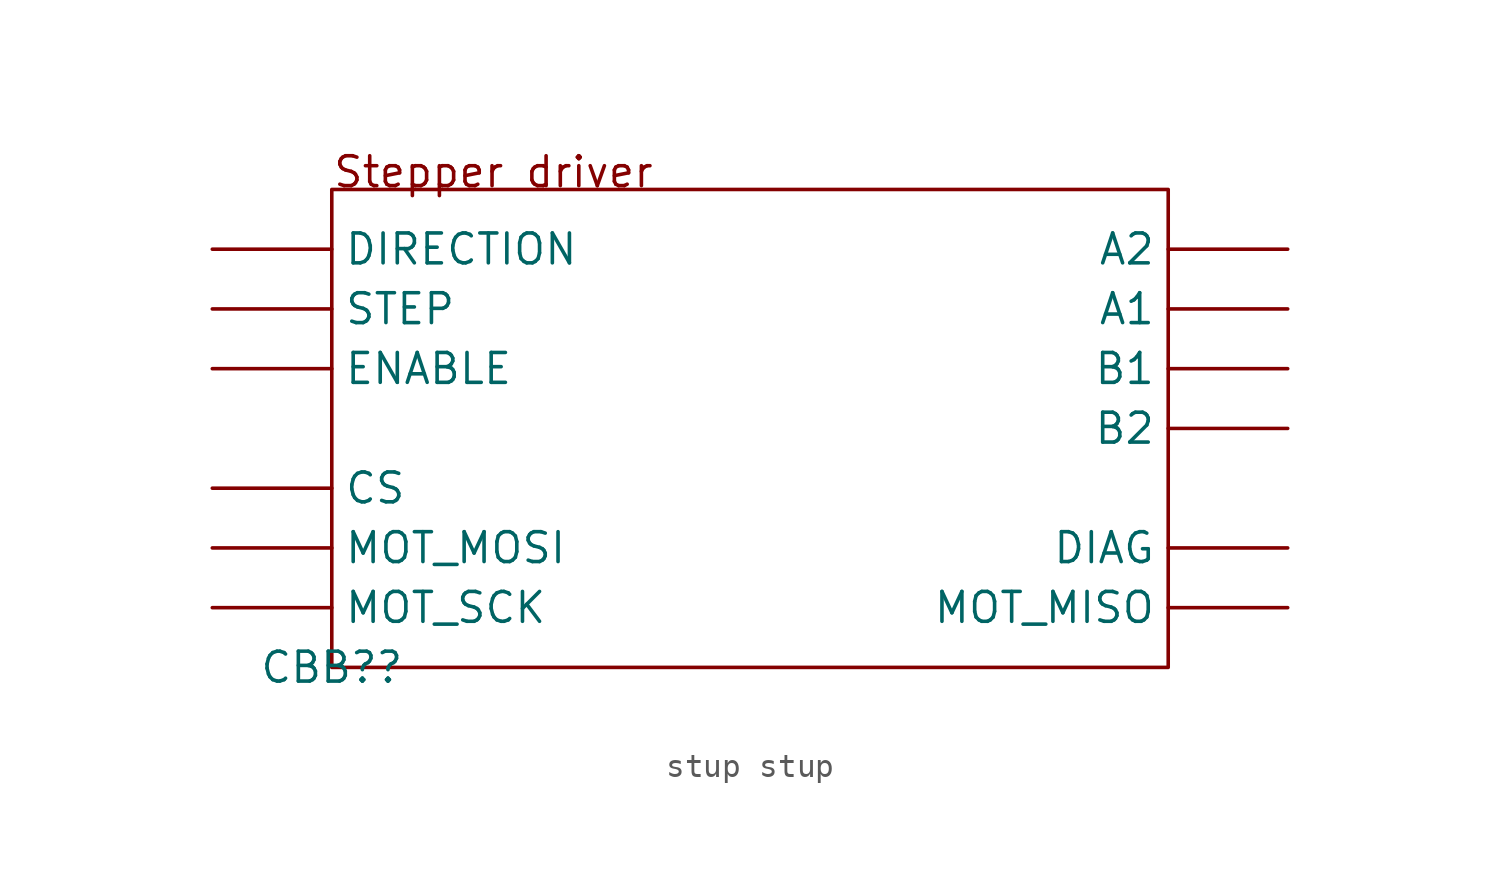
<source format=kicad_sym>
(kicad_symbol_lib
  (version 20231120)
  (generator "kicad_symbol_editor")
  (generator_version "8.0")
  (symbol "stup stup"
    (property "Reference" "CBB?"
      (at 0 0 0)
      (effects (font (size 1.27 1.27))))
    (property "Value" ""
      (at 0 0 0)
      (effects (font (size 1.27 1.27))))
    (symbol "stup stup_1_0"
      (rectangle (start 0 20.32) (end 35.56 0) (stroke (width 0) (type default)) (fill (type none)))
      (text "Stepper driver" (at 0 20.32 0) (effects (font (size 1.27 1.27)) (justify left bottom)))
      (pin output line (at 40.64 15.24 180) (length 5.08) (name "A1" (effects (font (size 1.27 1.27)))) (number "" (effects (font (size 1.27 1.27)))))
      (pin output line (at 40.64 17.78 180) (length 5.08) (name "A2" (effects (font (size 1.27 1.27)))) (number "" (effects (font (size 1.27 1.27)))))
      (pin output line (at 40.64 12.7 180) (length 5.08) (name "B1" (effects (font (size 1.27 1.27)))) (number "" (effects (font (size 1.27 1.27)))))
      (pin output line (at 40.64 10.16 180) (length 5.08) (name "B2" (effects (font (size 1.27 1.27)))) (number "" (effects (font (size 1.27 1.27)))))
      (pin input line (at -5.08 7.62 0) (length 5.08) (name "CS" (effects (font (size 1.27 1.27)))) (number "" (effects (font (size 1.27 1.27)))))
      (pin output line (at 40.64 5.08 180) (length 5.08) (name "DIAG" (effects (font (size 1.27 1.27)))) (number "" (effects (font (size 1.27 1.27)))))
      (pin input line (at -5.08 17.78 0) (length 5.08) (name "DIRECTION" (effects (font (size 1.27 1.27)))) (number "" (effects (font (size 1.27 1.27)))))
      (pin input line (at -5.08 12.7 0) (length 5.08) (name "ENABLE" (effects (font (size 1.27 1.27)))) (number "" (effects (font (size 1.27 1.27)))))
      (pin output line (at 40.64 2.54 180) (length 5.08) (name "MOT_MISO" (effects (font (size 1.27 1.27)))) (number "" (effects (font (size 1.27 1.27)))))
      (pin input line (at -5.08 5.08 0) (length 5.08) (name "MOT_MOSI" (effects (font (size 1.27 1.27)))) (number "" (effects (font (size 1.27 1.27)))))
      (pin input line (at -5.08 2.54 0) (length 5.08) (name "MOT_SCK" (effects (font (size 1.27 1.27)))) (number "" (effects (font (size 1.27 1.27)))))
      (pin input line (at -5.08 15.24 0) (length 5.08) (name "STEP" (effects (font (size 1.27 1.27)))) (number "" (effects (font (size 1.27 1.27))))))))
</source>
